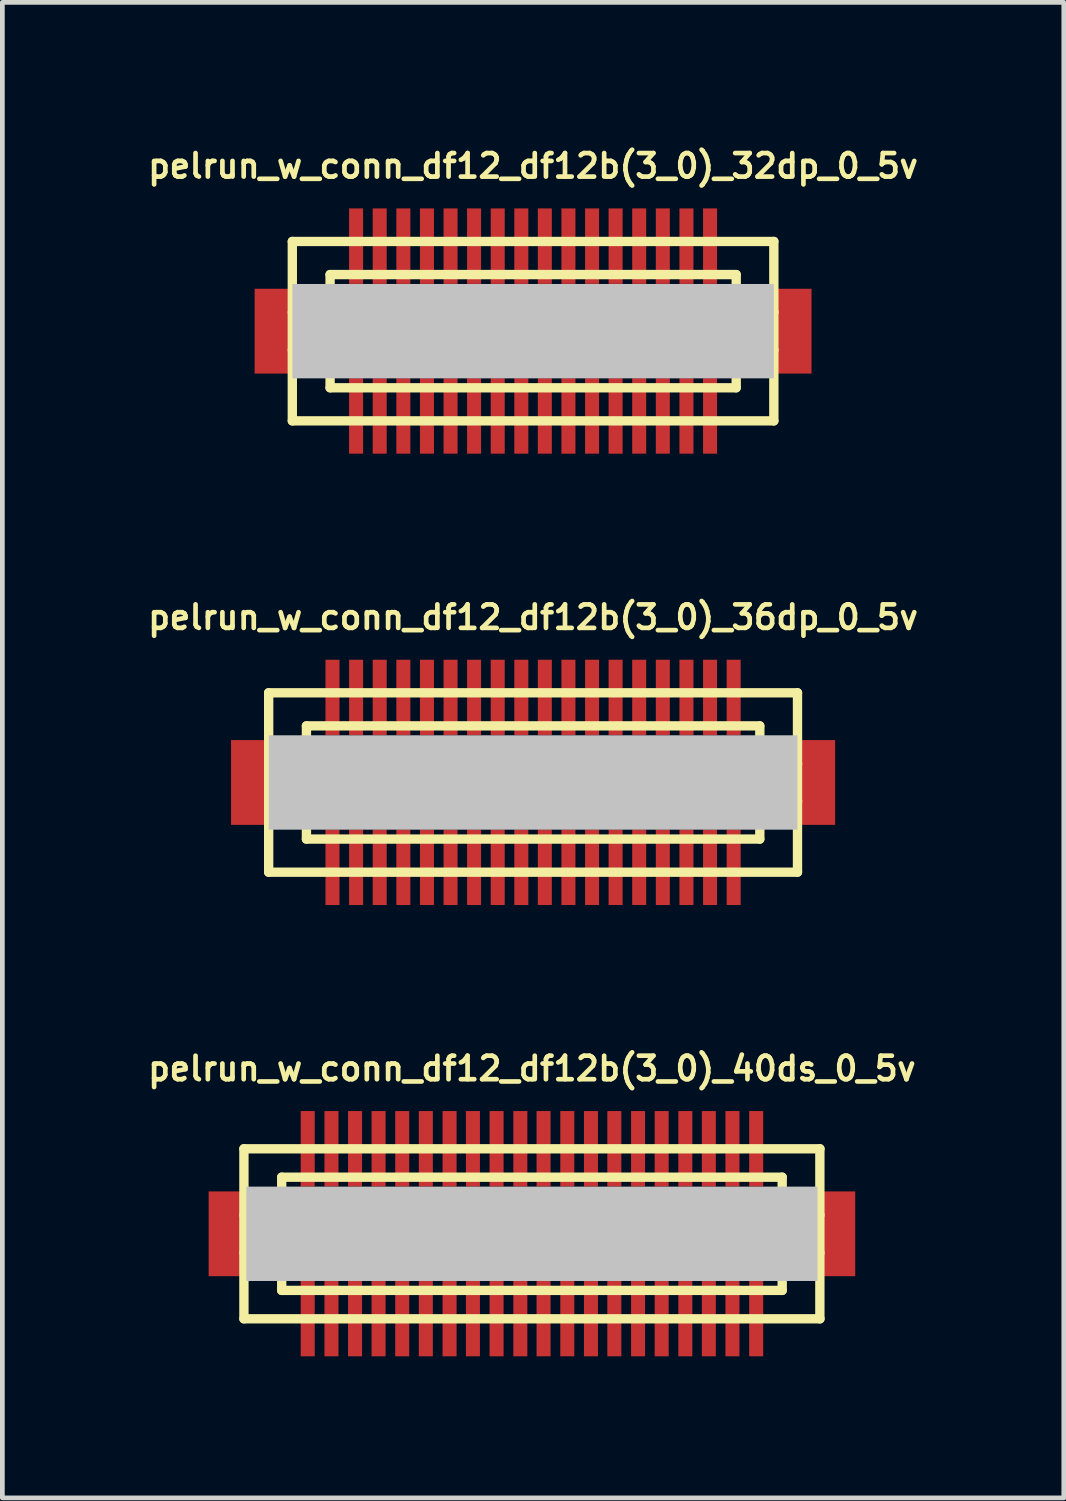
<source format=kicad_pcb>
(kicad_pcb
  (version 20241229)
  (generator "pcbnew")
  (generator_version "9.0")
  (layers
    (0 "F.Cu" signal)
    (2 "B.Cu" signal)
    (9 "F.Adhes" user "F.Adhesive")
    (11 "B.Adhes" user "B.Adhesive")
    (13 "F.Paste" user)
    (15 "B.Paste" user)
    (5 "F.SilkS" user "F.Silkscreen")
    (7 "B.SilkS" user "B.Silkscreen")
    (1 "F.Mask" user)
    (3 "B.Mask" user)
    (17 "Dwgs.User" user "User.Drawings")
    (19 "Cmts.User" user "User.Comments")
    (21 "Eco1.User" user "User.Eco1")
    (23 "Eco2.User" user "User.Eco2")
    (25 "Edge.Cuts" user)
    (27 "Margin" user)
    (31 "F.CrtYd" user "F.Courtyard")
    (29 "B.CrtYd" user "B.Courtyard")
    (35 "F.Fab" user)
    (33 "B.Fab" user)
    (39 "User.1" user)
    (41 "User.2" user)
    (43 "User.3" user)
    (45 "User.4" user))
  (footprint "pelrun_w_conn_df12_df12b(3_0)_36dp_0_5v"
    (layer "F.Cu")
    (at 8.242 13.525)
    (property "Reference" "pelrun_w_conn_df12_df12b(3_0)_36dp_0_5v" (at 0 -3.5 0) (layer "F.SilkS") (effects (font (size 0.498 0.498) (thickness 0.099))))
    (attr through_hole)
    (fp_line (start -5.601 -1.9) (end -5.601 1.9) (stroke (width 0.198) (type solid)) (layer "F.SilkS"))
    (fp_line (start -5.601 -1.9) (end 5.601 -1.9) (stroke (width 0.198) (type solid)) (layer "F.SilkS"))
    (fp_line (start -4.801 -0.399) (end -5.601 -0.399) (stroke (width 0.198) (type solid)) (layer "F.SilkS"))
    (fp_line (start -4.801 0.399) (end -5.601 0.399) (stroke (width 0.198) (type solid)) (layer "F.SilkS"))
    (fp_line (start -4.801 1.199) (end -4.801 -1.199) (stroke (width 0.198) (type solid)) (layer "F.SilkS"))
    (fp_line (start -4.801 1.199) (end 4.801 1.199) (stroke (width 0.198) (type solid)) (layer "F.SilkS"))
    (fp_line (start 4.801 -1.199) (end -4.801 -1.199) (stroke (width 0.198) (type solid)) (layer "F.SilkS"))
    (fp_line (start 4.803 -1.199) (end 4.803 1.199) (stroke (width 0.198) (type solid)) (layer "F.SilkS"))
    (fp_line (start 4.803 -0.399) (end 5.603 -0.399) (stroke (width 0.198) (type solid)) (layer "F.SilkS"))
    (fp_line (start 5.601 1.9) (end -5.601 1.9) (stroke (width 0.198) (type solid)) (layer "F.SilkS"))
    (fp_line (start 5.601 1.9) (end 5.601 -1.9) (stroke (width 0.198) (type solid)) (layer "F.SilkS"))
    (fp_line (start 5.603 0.399) (end 4.803 0.399) (stroke (width 0.198) (type solid)) (layer "F.SilkS"))
    (pad "" smd rect (at -5.999 0) (size 0.798 1.796) (layers "F.Cu" "F.Mask" "F.Paste"))
    (pad "" smd rect (at 0 0) (size 11.199 1.999) (layers "Dwgs.User"))
    (pad "" smd rect (at 5.999 0) (size 0.798 1.796) (layers "F.Cu" "F.Mask" "F.Paste"))
    (pad "1" smd rect (at 4.249 1.796) (size 0.297 1.598) (layers "F.Cu" "F.Mask" "F.Paste"))
    (pad "2" smd rect (at 3.749 1.796) (size 0.297 1.598) (layers "F.Cu" "F.Mask" "F.Paste"))
    (pad "3" smd rect (at 3.249 1.796) (size 0.297 1.598) (layers "F.Cu" "F.Mask" "F.Paste"))
    (pad "4" smd rect (at 2.748 1.796) (size 0.297 1.598) (layers "F.Cu" "F.Mask" "F.Paste"))
    (pad "5" smd rect (at 2.248 1.796) (size 0.297 1.598) (layers "F.Cu" "F.Mask" "F.Paste"))
    (pad "6" smd rect (at 1.748 1.796) (size 0.297 1.598) (layers "F.Cu" "F.Mask" "F.Paste"))
    (pad "7" smd rect (at 1.25 1.796) (size 0.297 1.598) (layers "F.Cu" "F.Mask" "F.Paste"))
    (pad "8" smd rect (at 0.749 1.796) (size 0.297 1.598) (layers "F.Cu" "F.Mask" "F.Paste"))
    (pad "9" smd rect (at 0.249 1.796) (size 0.297 1.598) (layers "F.Cu" "F.Mask" "F.Paste"))
    (pad "10" smd rect (at -0.249 1.796) (size 0.297 1.598) (layers "F.Cu" "F.Mask" "F.Paste"))
    (pad "11" smd rect (at -0.749 1.796) (size 0.297 1.598) (layers "F.Cu" "F.Mask" "F.Paste"))
    (pad "12" smd rect (at -1.25 1.796) (size 0.297 1.598) (layers "F.Cu" "F.Mask" "F.Paste"))
    (pad "13" smd rect (at -1.748 1.796) (size 0.297 1.598) (layers "F.Cu" "F.Mask" "F.Paste"))
    (pad "14" smd rect (at -2.248 1.796) (size 0.297 1.598) (layers "F.Cu" "F.Mask" "F.Paste"))
    (pad "15" smd rect (at -2.748 1.796) (size 0.297 1.598) (layers "F.Cu" "F.Mask" "F.Paste"))
    (pad "16" smd rect (at -3.249 1.796) (size 0.297 1.598) (layers "F.Cu" "F.Mask" "F.Paste"))
    (pad "17" smd rect (at -3.749 1.796) (size 0.297 1.598) (layers "F.Cu" "F.Mask" "F.Paste"))
    (pad "18" smd rect (at -4.249 1.796) (size 0.297 1.598) (layers "F.Cu" "F.Mask" "F.Paste"))
    (pad "19" smd rect (at -4.249 -1.801) (size 0.297 1.598) (layers "F.Cu" "F.Mask" "F.Paste"))
    (pad "20" smd rect (at -3.749 -1.801) (size 0.297 1.598) (layers "F.Cu" "F.Mask" "F.Paste"))
    (pad "21" smd rect (at -3.249 -1.801) (size 0.297 1.598) (layers "F.Cu" "F.Mask" "F.Paste"))
    (pad "22" smd rect (at -2.748 -1.801) (size 0.297 1.598) (layers "F.Cu" "F.Mask" "F.Paste"))
    (pad "23" smd rect (at -2.248 -1.801) (size 0.297 1.598) (layers "F.Cu" "F.Mask" "F.Paste"))
    (pad "24" smd rect (at -1.748 -1.801) (size 0.297 1.598) (layers "F.Cu" "F.Mask" "F.Paste"))
    (pad "25" smd rect (at -1.25 -1.801) (size 0.297 1.598) (layers "F.Cu" "F.Mask" "F.Paste"))
    (pad "26" smd rect (at -0.749 -1.801) (size 0.297 1.598) (layers "F.Cu" "F.Mask" "F.Paste"))
    (pad "27" smd rect (at -0.249 -1.801) (size 0.297 1.598) (layers "F.Cu" "F.Mask" "F.Paste"))
    (pad "28" smd rect (at 0.249 -1.801) (size 0.297 1.598) (layers "F.Cu" "F.Mask" "F.Paste"))
    (pad "29" smd rect (at 0.749 -1.801) (size 0.297 1.598) (layers "F.Cu" "F.Mask" "F.Paste"))
    (pad "30" smd rect (at 1.25 -1.801) (size 0.297 1.598) (layers "F.Cu" "F.Mask" "F.Paste"))
    (pad "31" smd rect (at 1.748 -1.801) (size 0.297 1.598) (layers "F.Cu" "F.Mask" "F.Paste"))
    (pad "32" smd rect (at 2.248 -1.801) (size 0.297 1.598) (layers "F.Cu" "F.Mask" "F.Paste"))
    (pad "33" smd rect (at 2.748 -1.801) (size 0.297 1.598) (layers "F.Cu" "F.Mask" "F.Paste"))
    (pad "34" smd rect (at 3.249 -1.801) (size 0.297 1.598) (layers "F.Cu" "F.Mask" "F.Paste"))
    (pad "35" smd rect (at 3.749 -1.801) (size 0.297 1.598) (layers "F.Cu" "F.Mask" "F.Paste"))
    (pad "36" smd rect (at 4.249 -1.801) (size 0.297 1.598) (layers "F.Cu" "F.Mask" "F.Paste")))
  (footprint "pelrun_w_conn_df12_df12b(3_0)_40ds_0_5v"
    (layer "F.Cu")
    (at 8.218 23.085)
    (property "Reference" "pelrun_w_conn_df12_df12b(3_0)_40ds_0_5v" (at 0 -3.5 0) (layer "F.SilkS") (effects (font (size 0.498 0.498) (thickness 0.099))))
    (attr through_hole)
    (fp_line (start -6.101 -1.801) (end 6.101 -1.801) (stroke (width 0.198) (type solid)) (layer "F.SilkS"))
    (fp_line (start -6.101 1.801) (end -6.101 -1.801) (stroke (width 0.198) (type solid)) (layer "F.SilkS"))
    (fp_line (start -5.301 -0.701) (end 5.301 -0.701) (stroke (width 0.198) (type solid)) (layer "F.SilkS"))
    (fp_line (start -5.301 -0.399) (end -6.101 -0.399) (stroke (width 0.198) (type solid)) (layer "F.SilkS"))
    (fp_line (start -5.301 0.399) (end -6.101 0.399) (stroke (width 0.198) (type solid)) (layer "F.SilkS"))
    (fp_line (start -5.301 1.199) (end -5.301 -1.199) (stroke (width 0.198) (type solid)) (layer "F.SilkS"))
    (fp_line (start -5.301 1.199) (end 5.301 1.199) (stroke (width 0.198) (type solid)) (layer "F.SilkS"))
    (fp_line (start 5.301 -1.199) (end -5.301 -1.199) (stroke (width 0.198) (type solid)) (layer "F.SilkS"))
    (fp_line (start 5.301 -1.199) (end 5.301 1.199) (stroke (width 0.198) (type solid)) (layer "F.SilkS"))
    (fp_line (start 5.301 -0.399) (end 6.101 -0.399) (stroke (width 0.198) (type solid)) (layer "F.SilkS"))
    (fp_line (start 5.301 0.701) (end -5.301 0.701) (stroke (width 0.198) (type solid)) (layer "F.SilkS"))
    (fp_line (start 6.099 -1.801) (end 6.099 1.801) (stroke (width 0.198) (type solid)) (layer "F.SilkS"))
    (fp_line (start 6.101 0.399) (end 5.301 0.399) (stroke (width 0.198) (type solid)) (layer "F.SilkS"))
    (fp_line (start 6.101 1.801) (end -6.101 1.801) (stroke (width 0.198) (type solid)) (layer "F.SilkS"))
    (pad "" smd rect (at -6.449 0) (size 0.798 1.796) (layers "F.Cu" "F.Mask" "F.Paste"))
    (pad "" smd rect (at 0 0) (size 12.098 1.999) (layers "Dwgs.User"))
    (pad "" smd rect (at 6.449 0) (size 0.798 1.796) (layers "F.Cu" "F.Mask" "F.Paste"))
    (pad "1" smd rect (at -4.75 1.796) (size 0.297 1.598) (layers "F.Cu" "F.Mask" "F.Paste"))
    (pad "2" smd rect (at -4.247 1.796) (size 0.297 1.598) (layers "F.Cu" "F.Mask" "F.Paste"))
    (pad "3" smd rect (at -3.747 1.796) (size 0.297 1.598) (layers "F.Cu" "F.Mask" "F.Paste"))
    (pad "4" smd rect (at -3.249 1.796) (size 0.297 1.598) (layers "F.Cu" "F.Mask" "F.Paste"))
    (pad "5" smd rect (at -2.748 1.796) (size 0.297 1.598) (layers "F.Cu" "F.Mask" "F.Paste"))
    (pad "6" smd rect (at -2.248 1.796) (size 0.297 1.598) (layers "F.Cu" "F.Mask" "F.Paste"))
    (pad "7" smd rect (at -1.745 1.796) (size 0.297 1.598) (layers "F.Cu" "F.Mask" "F.Paste"))
    (pad "8" smd rect (at -1.25 1.796) (size 0.297 1.598) (layers "F.Cu" "F.Mask" "F.Paste"))
    (pad "9" smd rect (at -0.749 1.796) (size 0.297 1.598) (layers "F.Cu" "F.Mask" "F.Paste"))
    (pad "10" smd rect (at -0.246 1.796) (size 0.297 1.598) (layers "F.Cu" "F.Mask" "F.Paste"))
    (pad "11" smd rect (at 0.246 1.796) (size 0.297 1.598) (layers "F.Cu" "F.Mask" "F.Paste"))
    (pad "12" smd rect (at 0.749 1.796) (size 0.297 1.598) (layers "F.Cu" "F.Mask" "F.Paste"))
    (pad "13" smd rect (at 1.25 1.796) (size 0.297 1.598) (layers "F.Cu" "F.Mask" "F.Paste"))
    (pad "14" smd rect (at 1.745 1.796) (size 0.297 1.598) (layers "F.Cu" "F.Mask" "F.Paste"))
    (pad "15" smd rect (at 2.248 1.796) (size 0.297 1.598) (layers "F.Cu" "F.Mask" "F.Paste"))
    (pad "16" smd rect (at 2.748 1.796) (size 0.297 1.598) (layers "F.Cu" "F.Mask" "F.Paste"))
    (pad "17" smd rect (at 3.249 1.796) (size 0.297 1.598) (layers "F.Cu" "F.Mask" "F.Paste"))
    (pad "18" smd rect (at 3.747 1.796) (size 0.297 1.598) (layers "F.Cu" "F.Mask" "F.Paste"))
    (pad "19" smd rect (at 4.247 1.796) (size 0.297 1.598) (layers "F.Cu" "F.Mask" "F.Paste"))
    (pad "20" smd rect (at 4.75 1.796) (size 0.297 1.598) (layers "F.Cu" "F.Mask" "F.Paste"))
    (pad "21" smd rect (at 4.75 -1.801) (size 0.297 1.598) (layers "F.Cu" "F.Mask" "F.Paste"))
    (pad "22" smd rect (at 4.247 -1.801) (size 0.297 1.598) (layers "F.Cu" "F.Mask" "F.Paste"))
    (pad "23" smd rect (at 3.747 -1.801) (size 0.297 1.598) (layers "F.Cu" "F.Mask" "F.Paste"))
    (pad "24" smd rect (at 3.249 -1.801) (size 0.297 1.598) (layers "F.Cu" "F.Mask" "F.Paste"))
    (pad "25" smd rect (at 2.748 -1.801) (size 0.297 1.598) (layers "F.Cu" "F.Mask" "F.Paste"))
    (pad "26" smd rect (at 2.248 -1.801) (size 0.297 1.598) (layers "F.Cu" "F.Mask" "F.Paste"))
    (pad "27" smd rect (at 1.745 -1.801) (size 0.297 1.598) (layers "F.Cu" "F.Mask" "F.Paste"))
    (pad "28" smd rect (at 1.25 -1.801) (size 0.297 1.598) (layers "F.Cu" "F.Mask" "F.Paste"))
    (pad "29" smd rect (at 0.749 -1.801) (size 0.297 1.598) (layers "F.Cu" "F.Mask" "F.Paste"))
    (pad "30" smd rect (at 0.246 -1.801) (size 0.297 1.598) (layers "F.Cu" "F.Mask" "F.Paste"))
    (pad "31" smd rect (at -0.246 -1.801) (size 0.297 1.598) (layers "F.Cu" "F.Mask" "F.Paste"))
    (pad "32" smd rect (at -0.749 -1.801) (size 0.297 1.598) (layers "F.Cu" "F.Mask" "F.Paste"))
    (pad "33" smd rect (at -1.25 -1.801) (size 0.297 1.598) (layers "F.Cu" "F.Mask" "F.Paste"))
    (pad "34" smd rect (at -1.745 -1.801) (size 0.297 1.598) (layers "F.Cu" "F.Mask" "F.Paste"))
    (pad "35" smd rect (at -2.248 -1.801) (size 0.297 1.598) (layers "F.Cu" "F.Mask" "F.Paste"))
    (pad "36" smd rect (at -2.748 -1.801) (size 0.297 1.598) (layers "F.Cu" "F.Mask" "F.Paste"))
    (pad "37" smd rect (at -3.249 -1.801) (size 0.297 1.598) (layers "F.Cu" "F.Mask" "F.Paste"))
    (pad "38" smd rect (at -3.747 -1.801) (size 0.297 1.598) (layers "F.Cu" "F.Mask" "F.Paste"))
    (pad "39" smd rect (at -4.247 -1.801) (size 0.297 1.598) (layers "F.Cu" "F.Mask" "F.Paste"))
    (pad "40" smd rect (at -4.75 -1.801) (size 0.297 1.598) (layers "F.Cu" "F.Mask" "F.Paste")))
  (footprint "pelrun_w_conn_df12_df12b(3_0)_32dp_0_5v"
    (layer "F.Cu")
    (at 8.242 3.965)
    (property "Reference" "pelrun_w_conn_df12_df12b(3_0)_32dp_0_5v" (at 0 -3.5 0) (layer "F.SilkS") (effects (font (size 0.498 0.498) (thickness 0.099))))
    (attr through_hole)
    (fp_line (start -5.1 -1.9) (end -5.1 1.9) (stroke (width 0.198) (type solid)) (layer "F.SilkS"))
    (fp_line (start -5.1 -1.9) (end 5.1 -1.9) (stroke (width 0.198) (type solid)) (layer "F.SilkS"))
    (fp_line (start -4.3 -0.399) (end -5.1 -0.399) (stroke (width 0.198) (type solid)) (layer "F.SilkS"))
    (fp_line (start -4.3 0.399) (end -5.1 0.399) (stroke (width 0.198) (type solid)) (layer "F.SilkS"))
    (fp_line (start -4.3 1.199) (end -4.3 -1.199) (stroke (width 0.198) (type solid)) (layer "F.SilkS"))
    (fp_line (start -4.3 1.199) (end 4.3 1.199) (stroke (width 0.198) (type solid)) (layer "F.SilkS"))
    (fp_line (start 4.3 -1.199) (end -4.3 -1.199) (stroke (width 0.198) (type solid)) (layer "F.SilkS"))
    (fp_line (start 4.303 -1.199) (end 4.303 1.199) (stroke (width 0.198) (type solid)) (layer "F.SilkS"))
    (fp_line (start 4.303 -0.399) (end 5.103 -0.399) (stroke (width 0.198) (type solid)) (layer "F.SilkS"))
    (fp_line (start 5.1 1.9) (end -5.1 1.9) (stroke (width 0.198) (type solid)) (layer "F.SilkS"))
    (fp_line (start 5.1 1.9) (end 5.1 -1.9) (stroke (width 0.198) (type solid)) (layer "F.SilkS"))
    (fp_line (start 5.103 0.399) (end 4.303 0.399) (stroke (width 0.198) (type solid)) (layer "F.SilkS"))
    (pad "" smd rect (at -5.499 0) (size 0.798 1.796) (layers "F.Cu" "F.Mask" "F.Paste"))
    (pad "" smd rect (at 0 0) (size 10.198 1.999) (layers "Dwgs.User"))
    (pad "" smd rect (at 5.499 0) (size 0.798 1.796) (layers "F.Cu" "F.Mask" "F.Paste"))
    (pad "1" smd rect (at 3.749 1.796) (size 0.297 1.598) (layers "F.Cu" "F.Mask" "F.Paste"))
    (pad "2" smd rect (at 3.249 1.796) (size 0.297 1.598) (layers "F.Cu" "F.Mask" "F.Paste"))
    (pad "3" smd rect (at 2.748 1.796) (size 0.297 1.598) (layers "F.Cu" "F.Mask" "F.Paste"))
    (pad "4" smd rect (at 2.248 1.796) (size 0.297 1.598) (layers "F.Cu" "F.Mask" "F.Paste"))
    (pad "5" smd rect (at 1.748 1.796) (size 0.297 1.598) (layers "F.Cu" "F.Mask" "F.Paste"))
    (pad "6" smd rect (at 1.25 1.796) (size 0.297 1.598) (layers "F.Cu" "F.Mask" "F.Paste"))
    (pad "7" smd rect (at 0.749 1.796) (size 0.297 1.598) (layers "F.Cu" "F.Mask" "F.Paste"))
    (pad "8" smd rect (at 0.249 1.796) (size 0.297 1.598) (layers "F.Cu" "F.Mask" "F.Paste"))
    (pad "9" smd rect (at -0.249 1.796) (size 0.297 1.598) (layers "F.Cu" "F.Mask" "F.Paste"))
    (pad "10" smd rect (at -0.749 1.796) (size 0.297 1.598) (layers "F.Cu" "F.Mask" "F.Paste"))
    (pad "11" smd rect (at -1.25 1.796) (size 0.297 1.598) (layers "F.Cu" "F.Mask" "F.Paste"))
    (pad "12" smd rect (at -1.748 1.796) (size 0.297 1.598) (layers "F.Cu" "F.Mask" "F.Paste"))
    (pad "13" smd rect (at -2.248 1.796) (size 0.297 1.598) (layers "F.Cu" "F.Mask" "F.Paste"))
    (pad "14" smd rect (at -2.748 1.796) (size 0.297 1.598) (layers "F.Cu" "F.Mask" "F.Paste"))
    (pad "15" smd rect (at -3.249 1.796) (size 0.297 1.598) (layers "F.Cu" "F.Mask" "F.Paste"))
    (pad "16" smd rect (at -3.749 1.796) (size 0.297 1.598) (layers "F.Cu" "F.Mask" "F.Paste"))
    (pad "17" smd rect (at -3.749 -1.801) (size 0.297 1.598) (layers "F.Cu" "F.Mask" "F.Paste"))
    (pad "18" smd rect (at -3.249 -1.801) (size 0.297 1.598) (layers "F.Cu" "F.Mask" "F.Paste"))
    (pad "19" smd rect (at -2.748 -1.801) (size 0.297 1.598) (layers "F.Cu" "F.Mask" "F.Paste"))
    (pad "20" smd rect (at -2.248 -1.801) (size 0.297 1.598) (layers "F.Cu" "F.Mask" "F.Paste"))
    (pad "21" smd rect (at -1.748 -1.801) (size 0.297 1.598) (layers "F.Cu" "F.Mask" "F.Paste"))
    (pad "22" smd rect (at -1.25 -1.801) (size 0.297 1.598) (layers "F.Cu" "F.Mask" "F.Paste"))
    (pad "23" smd rect (at -0.749 -1.801) (size 0.297 1.598) (layers "F.Cu" "F.Mask" "F.Paste"))
    (pad "24" smd rect (at -0.249 -1.801) (size 0.297 1.598) (layers "F.Cu" "F.Mask" "F.Paste"))
    (pad "25" smd rect (at 0.249 -1.801) (size 0.297 1.598) (layers "F.Cu" "F.Mask" "F.Paste"))
    (pad "26" smd rect (at 0.749 -1.801) (size 0.297 1.598) (layers "F.Cu" "F.Mask" "F.Paste"))
    (pad "27" smd rect (at 1.25 -1.801) (size 0.297 1.598) (layers "F.Cu" "F.Mask" "F.Paste"))
    (pad "28" smd rect (at 1.748 -1.801) (size 0.297 1.598) (layers "F.Cu" "F.Mask" "F.Paste"))
    (pad "29" smd rect (at 2.248 -1.801) (size 0.297 1.598) (layers "F.Cu" "F.Mask" "F.Paste"))
    (pad "30" smd rect (at 2.748 -1.801) (size 0.297 1.598) (layers "F.Cu" "F.Mask" "F.Paste"))
    (pad "31" smd rect (at 3.249 -1.801) (size 0.297 1.598) (layers "F.Cu" "F.Mask" "F.Paste"))
    (pad "32" smd rect (at 3.749 -1.801) (size 0.297 1.598) (layers "F.Cu" "F.Mask" "F.Paste")))
  (gr_rect
    (start -3 -3)
    (end 19.484 28.679)
    (stroke (width 0.1) (type default))
    (fill no)
    (layer "Edge.Cuts")))
</source>
